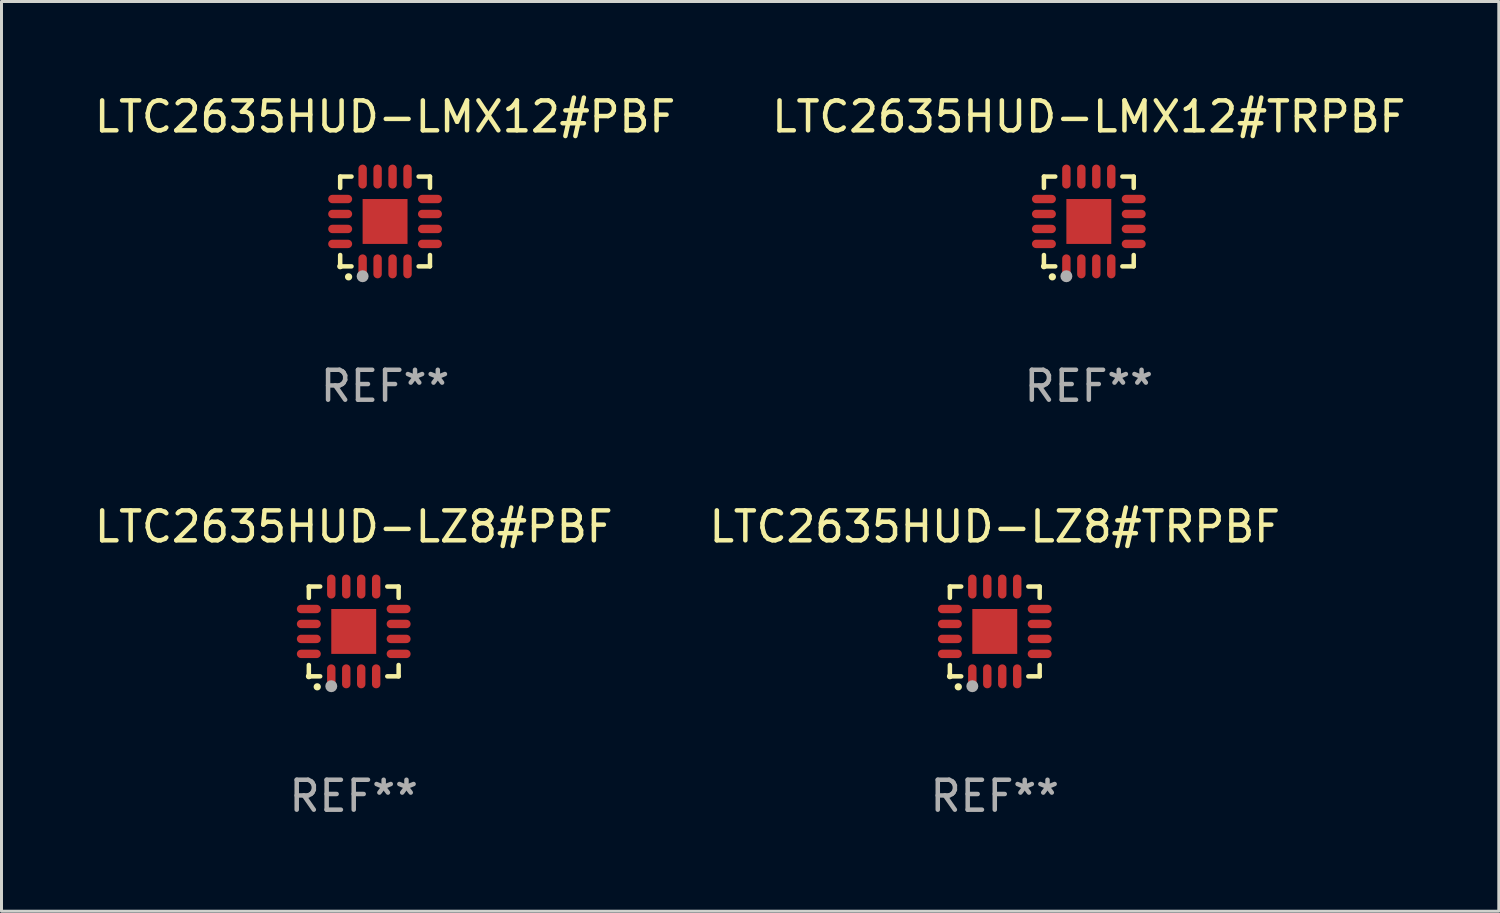
<source format=kicad_pcb>
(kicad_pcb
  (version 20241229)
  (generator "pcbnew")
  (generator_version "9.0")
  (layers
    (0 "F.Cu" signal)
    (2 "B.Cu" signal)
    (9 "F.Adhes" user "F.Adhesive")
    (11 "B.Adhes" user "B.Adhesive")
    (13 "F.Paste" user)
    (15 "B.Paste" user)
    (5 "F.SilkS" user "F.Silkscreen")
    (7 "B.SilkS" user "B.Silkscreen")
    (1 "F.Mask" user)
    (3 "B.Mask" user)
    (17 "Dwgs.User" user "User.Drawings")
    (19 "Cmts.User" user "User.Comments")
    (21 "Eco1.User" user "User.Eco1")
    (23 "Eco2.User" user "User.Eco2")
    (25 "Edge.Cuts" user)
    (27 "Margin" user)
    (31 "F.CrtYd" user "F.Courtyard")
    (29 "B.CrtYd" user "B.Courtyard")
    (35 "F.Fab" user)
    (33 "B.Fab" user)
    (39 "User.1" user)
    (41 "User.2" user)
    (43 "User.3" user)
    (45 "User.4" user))
  (footprint "LTC2635HUD-LZ8#PBF"
    (layer "F.Cu")
    (at 8.768 18.046)
    (property "Reference" "LTC2635HUD-LZ8#PBF" (at 0 -3.5 0) (layer "F.SilkS") (effects (font (size 1 1) (thickness 0.15))))
    (attr through_hole)
    (fp_line (start -1.5 -1.5) (end -1.121 -1.5) (stroke (width 0.15) (type solid)) (layer "F.SilkS"))
    (fp_line (start -1.5 -1.122) (end -1.5 -1.5) (stroke (width 0.15) (type solid)) (layer "F.SilkS"))
    (fp_line (start -1.5 1.5) (end -1.5 1.121) (stroke (width 0.15) (type solid)) (layer "F.SilkS"))
    (fp_line (start -1.121 1.5) (end -1.5 1.5) (stroke (width 0.15) (type solid)) (layer "F.SilkS"))
    (fp_line (start 1.121 -1.5) (end 1.5 -1.5) (stroke (width 0.15) (type solid)) (layer "F.SilkS"))
    (fp_line (start 1.5 -1.5) (end 1.5 -1.122) (stroke (width 0.15) (type solid)) (layer "F.SilkS"))
    (fp_line (start 1.5 1.121) (end 1.5 1.5) (stroke (width 0.15) (type solid)) (layer "F.SilkS"))
    (fp_line (start 1.5 1.5) (end 1.121 1.5) (stroke (width 0.15) (type solid)) (layer "F.SilkS"))
    (fp_arc (start -1.219926 1.850254) (mid -1.21891 1.85025) (end -1.217894 1.850254) (stroke (width 0.240005) (type solid)) (layer "F.SilkS"))
    (fp_circle (center -1.5 1.5) (end -1.45 1.5) (stroke (width 0.1) (type solid)) (fill no) (layer "F.SilkS"))
    (fp_circle (center -0.75 1.83) (end -0.65 1.83) (stroke (width 0.2) (type solid)) (fill no) (layer "F.Fab"))
    (fp_text user "REF**" (at 0 5.5 0) (layer "F.Fab") (effects (font (size 1 1) (thickness 0.15))))
    (pad "1" smd oval (at -0.75 1.5) (size 0.28 0.8) (layers "F.Cu" "F.Mask" "F.Paste"))
    (pad "2" smd oval (at -0.25 1.5) (size 0.28 0.8) (layers "F.Cu" "F.Mask" "F.Paste"))
    (pad "3" smd oval (at 0.25 1.5) (size 0.28 0.8) (layers "F.Cu" "F.Mask" "F.Paste"))
    (pad "4" smd oval (at 0.75 1.5) (size 0.28 0.8) (layers "F.Cu" "F.Mask" "F.Paste"))
    (pad "5" smd oval (at 1.5 0.75) (size 0.8 0.28) (layers "F.Cu" "F.Mask" "F.Paste"))
    (pad "6" smd oval (at 1.5 0.25) (size 0.8 0.28) (layers "F.Cu" "F.Mask" "F.Paste"))
    (pad "7" smd oval (at 1.5 -0.25) (size 0.8 0.28) (layers "F.Cu" "F.Mask" "F.Paste"))
    (pad "8" smd oval (at 1.5 -0.75) (size 0.8 0.28) (layers "F.Cu" "F.Mask" "F.Paste"))
    (pad "9" smd oval (at 0.75 -1.5) (size 0.28 0.8) (layers "F.Cu" "F.Mask" "F.Paste"))
    (pad "10" smd oval (at 0.25 -1.5) (size 0.28 0.8) (layers "F.Cu" "F.Mask" "F.Paste"))
    (pad "11" smd oval (at -0.25 -1.5) (size 0.28 0.8) (layers "F.Cu" "F.Mask" "F.Paste"))
    (pad "12" smd oval (at -0.75 -1.5) (size 0.28 0.8) (layers "F.Cu" "F.Mask" "F.Paste"))
    (pad "13" smd oval (at -1.5 -0.75) (size 0.8 0.28) (layers "F.Cu" "F.Mask" "F.Paste"))
    (pad "14" smd oval (at -1.5 -0.25) (size 0.8 0.28) (layers "F.Cu" "F.Mask" "F.Paste"))
    (pad "15" smd oval (at -1.5 0.25) (size 0.8 0.28) (layers "F.Cu" "F.Mask" "F.Paste"))
    (pad "16" smd oval (at -1.5 0.75) (size 0.8 0.28) (layers "F.Cu" "F.Mask" "F.Paste"))
    (pad "17" smd rect (at -0.000064 0.000165) (size 1.5 1.5) (layers "F.Cu" "F.Mask" "F.Paste")))
  (footprint "LTC2635HUD-LMX12#TRPBF"
    (layer "F.Cu")
    (at 33.327 4.349)
    (property "Reference" "LTC2635HUD-LMX12#TRPBF" (at 0 -3.5 0) (layer "F.SilkS") (effects (font (size 1 1) (thickness 0.15))))
    (attr through_hole)
    (fp_line (start -1.5 -1.5) (end -1.121 -1.5) (stroke (width 0.15) (type solid)) (layer "F.SilkS"))
    (fp_line (start -1.5 -1.122) (end -1.5 -1.5) (stroke (width 0.15) (type solid)) (layer "F.SilkS"))
    (fp_line (start -1.5 1.5) (end -1.5 1.121) (stroke (width 0.15) (type solid)) (layer "F.SilkS"))
    (fp_line (start -1.121 1.5) (end -1.5 1.5) (stroke (width 0.15) (type solid)) (layer "F.SilkS"))
    (fp_line (start 1.121 -1.5) (end 1.5 -1.5) (stroke (width 0.15) (type solid)) (layer "F.SilkS"))
    (fp_line (start 1.5 -1.5) (end 1.5 -1.122) (stroke (width 0.15) (type solid)) (layer "F.SilkS"))
    (fp_line (start 1.5 1.121) (end 1.5 1.5) (stroke (width 0.15) (type solid)) (layer "F.SilkS"))
    (fp_line (start 1.5 1.5) (end 1.121 1.5) (stroke (width 0.15) (type solid)) (layer "F.SilkS"))
    (fp_arc (start -1.219926 1.850254) (mid -1.21891 1.85025) (end -1.217894 1.850254) (stroke (width 0.240005) (type solid)) (layer "F.SilkS"))
    (fp_circle (center -1.5 1.5) (end -1.45 1.5) (stroke (width 0.1) (type solid)) (fill no) (layer "F.SilkS"))
    (fp_circle (center -0.75 1.83) (end -0.65 1.83) (stroke (width 0.2) (type solid)) (fill no) (layer "F.Fab"))
    (fp_text user "REF**" (at 0 5.5 0) (layer "F.Fab") (effects (font (size 1 1) (thickness 0.15))))
    (pad "1" smd oval (at -0.75 1.5) (size 0.28 0.8) (layers "F.Cu" "F.Mask" "F.Paste"))
    (pad "2" smd oval (at -0.25 1.5) (size 0.28 0.8) (layers "F.Cu" "F.Mask" "F.Paste"))
    (pad "3" smd oval (at 0.25 1.5) (size 0.28 0.8) (layers "F.Cu" "F.Mask" "F.Paste"))
    (pad "4" smd oval (at 0.75 1.5) (size 0.28 0.8) (layers "F.Cu" "F.Mask" "F.Paste"))
    (pad "5" smd oval (at 1.5 0.75) (size 0.8 0.28) (layers "F.Cu" "F.Mask" "F.Paste"))
    (pad "6" smd oval (at 1.5 0.25) (size 0.8 0.28) (layers "F.Cu" "F.Mask" "F.Paste"))
    (pad "7" smd oval (at 1.5 -0.25) (size 0.8 0.28) (layers "F.Cu" "F.Mask" "F.Paste"))
    (pad "8" smd oval (at 1.5 -0.75) (size 0.8 0.28) (layers "F.Cu" "F.Mask" "F.Paste"))
    (pad "9" smd oval (at 0.75 -1.5) (size 0.28 0.8) (layers "F.Cu" "F.Mask" "F.Paste"))
    (pad "10" smd oval (at 0.25 -1.5) (size 0.28 0.8) (layers "F.Cu" "F.Mask" "F.Paste"))
    (pad "11" smd oval (at -0.25 -1.5) (size 0.28 0.8) (layers "F.Cu" "F.Mask" "F.Paste"))
    (pad "12" smd oval (at -0.75 -1.5) (size 0.28 0.8) (layers "F.Cu" "F.Mask" "F.Paste"))
    (pad "13" smd oval (at -1.5 -0.75) (size 0.8 0.28) (layers "F.Cu" "F.Mask" "F.Paste"))
    (pad "14" smd oval (at -1.5 -0.25) (size 0.8 0.28) (layers "F.Cu" "F.Mask" "F.Paste"))
    (pad "15" smd oval (at -1.5 0.25) (size 0.8 0.28) (layers "F.Cu" "F.Mask" "F.Paste"))
    (pad "16" smd oval (at -1.5 0.75) (size 0.8 0.28) (layers "F.Cu" "F.Mask" "F.Paste"))
    (pad "17" smd rect (at -0.000064 0.000165) (size 1.5 1.5) (layers "F.Cu" "F.Mask" "F.Paste")))
  (footprint "LTC2635HUD-LMX12#PBF"
    (layer "F.Cu")
    (at 9.815 4.349)
    (property "Reference" "LTC2635HUD-LMX12#PBF" (at 0 -3.5 0) (layer "F.SilkS") (effects (font (size 1 1) (thickness 0.15))))
    (attr through_hole)
    (fp_line (start -1.5 -1.5) (end -1.121 -1.5) (stroke (width 0.15) (type solid)) (layer "F.SilkS"))
    (fp_line (start -1.5 -1.122) (end -1.5 -1.5) (stroke (width 0.15) (type solid)) (layer "F.SilkS"))
    (fp_line (start -1.5 1.5) (end -1.5 1.121) (stroke (width 0.15) (type solid)) (layer "F.SilkS"))
    (fp_line (start -1.121 1.5) (end -1.5 1.5) (stroke (width 0.15) (type solid)) (layer "F.SilkS"))
    (fp_line (start 1.121 -1.5) (end 1.5 -1.5) (stroke (width 0.15) (type solid)) (layer "F.SilkS"))
    (fp_line (start 1.5 -1.5) (end 1.5 -1.122) (stroke (width 0.15) (type solid)) (layer "F.SilkS"))
    (fp_line (start 1.5 1.121) (end 1.5 1.5) (stroke (width 0.15) (type solid)) (layer "F.SilkS"))
    (fp_line (start 1.5 1.5) (end 1.121 1.5) (stroke (width 0.15) (type solid)) (layer "F.SilkS"))
    (fp_arc (start -1.219926 1.850254) (mid -1.21891 1.85025) (end -1.217894 1.850254) (stroke (width 0.240005) (type solid)) (layer "F.SilkS"))
    (fp_circle (center -1.5 1.5) (end -1.45 1.5) (stroke (width 0.1) (type solid)) (fill no) (layer "F.SilkS"))
    (fp_circle (center -0.75 1.83) (end -0.65 1.83) (stroke (width 0.2) (type solid)) (fill no) (layer "F.Fab"))
    (fp_text user "REF**" (at 0 5.5 0) (layer "F.Fab") (effects (font (size 1 1) (thickness 0.15))))
    (pad "1" smd oval (at -0.75 1.5) (size 0.28 0.8) (layers "F.Cu" "F.Mask" "F.Paste"))
    (pad "2" smd oval (at -0.25 1.5) (size 0.28 0.8) (layers "F.Cu" "F.Mask" "F.Paste"))
    (pad "3" smd oval (at 0.25 1.5) (size 0.28 0.8) (layers "F.Cu" "F.Mask" "F.Paste"))
    (pad "4" smd oval (at 0.75 1.5) (size 0.28 0.8) (layers "F.Cu" "F.Mask" "F.Paste"))
    (pad "5" smd oval (at 1.5 0.75) (size 0.8 0.28) (layers "F.Cu" "F.Mask" "F.Paste"))
    (pad "6" smd oval (at 1.5 0.25) (size 0.8 0.28) (layers "F.Cu" "F.Mask" "F.Paste"))
    (pad "7" smd oval (at 1.5 -0.25) (size 0.8 0.28) (layers "F.Cu" "F.Mask" "F.Paste"))
    (pad "8" smd oval (at 1.5 -0.75) (size 0.8 0.28) (layers "F.Cu" "F.Mask" "F.Paste"))
    (pad "9" smd oval (at 0.75 -1.5) (size 0.28 0.8) (layers "F.Cu" "F.Mask" "F.Paste"))
    (pad "10" smd oval (at 0.25 -1.5) (size 0.28 0.8) (layers "F.Cu" "F.Mask" "F.Paste"))
    (pad "11" smd oval (at -0.25 -1.5) (size 0.28 0.8) (layers "F.Cu" "F.Mask" "F.Paste"))
    (pad "12" smd oval (at -0.75 -1.5) (size 0.28 0.8) (layers "F.Cu" "F.Mask" "F.Paste"))
    (pad "13" smd oval (at -1.5 -0.75) (size 0.8 0.28) (layers "F.Cu" "F.Mask" "F.Paste"))
    (pad "14" smd oval (at -1.5 -0.25) (size 0.8 0.28) (layers "F.Cu" "F.Mask" "F.Paste"))
    (pad "15" smd oval (at -1.5 0.25) (size 0.8 0.28) (layers "F.Cu" "F.Mask" "F.Paste"))
    (pad "16" smd oval (at -1.5 0.75) (size 0.8 0.28) (layers "F.Cu" "F.Mask" "F.Paste"))
    (pad "17" smd rect (at -0.000064 0.000165) (size 1.5 1.5) (layers "F.Cu" "F.Mask" "F.Paste")))
  (footprint "LTC2635HUD-LZ8#TRPBF"
    (layer "F.Cu")
    (at 30.185 18.046)
    (property "Reference" "LTC2635HUD-LZ8#TRPBF" (at 0 -3.5 0) (layer "F.SilkS") (effects (font (size 1 1) (thickness 0.15))))
    (attr through_hole)
    (fp_line (start -1.5 -1.5) (end -1.121 -1.5) (stroke (width 0.15) (type solid)) (layer "F.SilkS"))
    (fp_line (start -1.5 -1.122) (end -1.5 -1.5) (stroke (width 0.15) (type solid)) (layer "F.SilkS"))
    (fp_line (start -1.5 1.5) (end -1.5 1.121) (stroke (width 0.15) (type solid)) (layer "F.SilkS"))
    (fp_line (start -1.121 1.5) (end -1.5 1.5) (stroke (width 0.15) (type solid)) (layer "F.SilkS"))
    (fp_line (start 1.121 -1.5) (end 1.5 -1.5) (stroke (width 0.15) (type solid)) (layer "F.SilkS"))
    (fp_line (start 1.5 -1.5) (end 1.5 -1.122) (stroke (width 0.15) (type solid)) (layer "F.SilkS"))
    (fp_line (start 1.5 1.121) (end 1.5 1.5) (stroke (width 0.15) (type solid)) (layer "F.SilkS"))
    (fp_line (start 1.5 1.5) (end 1.121 1.5) (stroke (width 0.15) (type solid)) (layer "F.SilkS"))
    (fp_arc (start -1.219926 1.850254) (mid -1.21891 1.85025) (end -1.217894 1.850254) (stroke (width 0.240005) (type solid)) (layer "F.SilkS"))
    (fp_circle (center -1.5 1.5) (end -1.45 1.5) (stroke (width 0.1) (type solid)) (fill no) (layer "F.SilkS"))
    (fp_circle (center -0.75 1.83) (end -0.65 1.83) (stroke (width 0.2) (type solid)) (fill no) (layer "F.Fab"))
    (fp_text user "REF**" (at 0 5.5 0) (layer "F.Fab") (effects (font (size 1 1) (thickness 0.15))))
    (pad "1" smd oval (at -0.75 1.5) (size 0.28 0.8) (layers "F.Cu" "F.Mask" "F.Paste"))
    (pad "2" smd oval (at -0.25 1.5) (size 0.28 0.8) (layers "F.Cu" "F.Mask" "F.Paste"))
    (pad "3" smd oval (at 0.25 1.5) (size 0.28 0.8) (layers "F.Cu" "F.Mask" "F.Paste"))
    (pad "4" smd oval (at 0.75 1.5) (size 0.28 0.8) (layers "F.Cu" "F.Mask" "F.Paste"))
    (pad "5" smd oval (at 1.5 0.75) (size 0.8 0.28) (layers "F.Cu" "F.Mask" "F.Paste"))
    (pad "6" smd oval (at 1.5 0.25) (size 0.8 0.28) (layers "F.Cu" "F.Mask" "F.Paste"))
    (pad "7" smd oval (at 1.5 -0.25) (size 0.8 0.28) (layers "F.Cu" "F.Mask" "F.Paste"))
    (pad "8" smd oval (at 1.5 -0.75) (size 0.8 0.28) (layers "F.Cu" "F.Mask" "F.Paste"))
    (pad "9" smd oval (at 0.75 -1.5) (size 0.28 0.8) (layers "F.Cu" "F.Mask" "F.Paste"))
    (pad "10" smd oval (at 0.25 -1.5) (size 0.28 0.8) (layers "F.Cu" "F.Mask" "F.Paste"))
    (pad "11" smd oval (at -0.25 -1.5) (size 0.28 0.8) (layers "F.Cu" "F.Mask" "F.Paste"))
    (pad "12" smd oval (at -0.75 -1.5) (size 0.28 0.8) (layers "F.Cu" "F.Mask" "F.Paste"))
    (pad "13" smd oval (at -1.5 -0.75) (size 0.8 0.28) (layers "F.Cu" "F.Mask" "F.Paste"))
    (pad "14" smd oval (at -1.5 -0.25) (size 0.8 0.28) (layers "F.Cu" "F.Mask" "F.Paste"))
    (pad "15" smd oval (at -1.5 0.25) (size 0.8 0.28) (layers "F.Cu" "F.Mask" "F.Paste"))
    (pad "16" smd oval (at -1.5 0.75) (size 0.8 0.28) (layers "F.Cu" "F.Mask" "F.Paste"))
    (pad "17" smd rect (at -0.000064 0.000165) (size 1.5 1.5) (layers "F.Cu" "F.Mask" "F.Paste")))
  (gr_rect
    (start -3 -3)
    (end 47.024 27.394)
    (stroke (width 0.1) (type default))
    (fill no)
    (layer "Edge.Cuts")))
</source>
